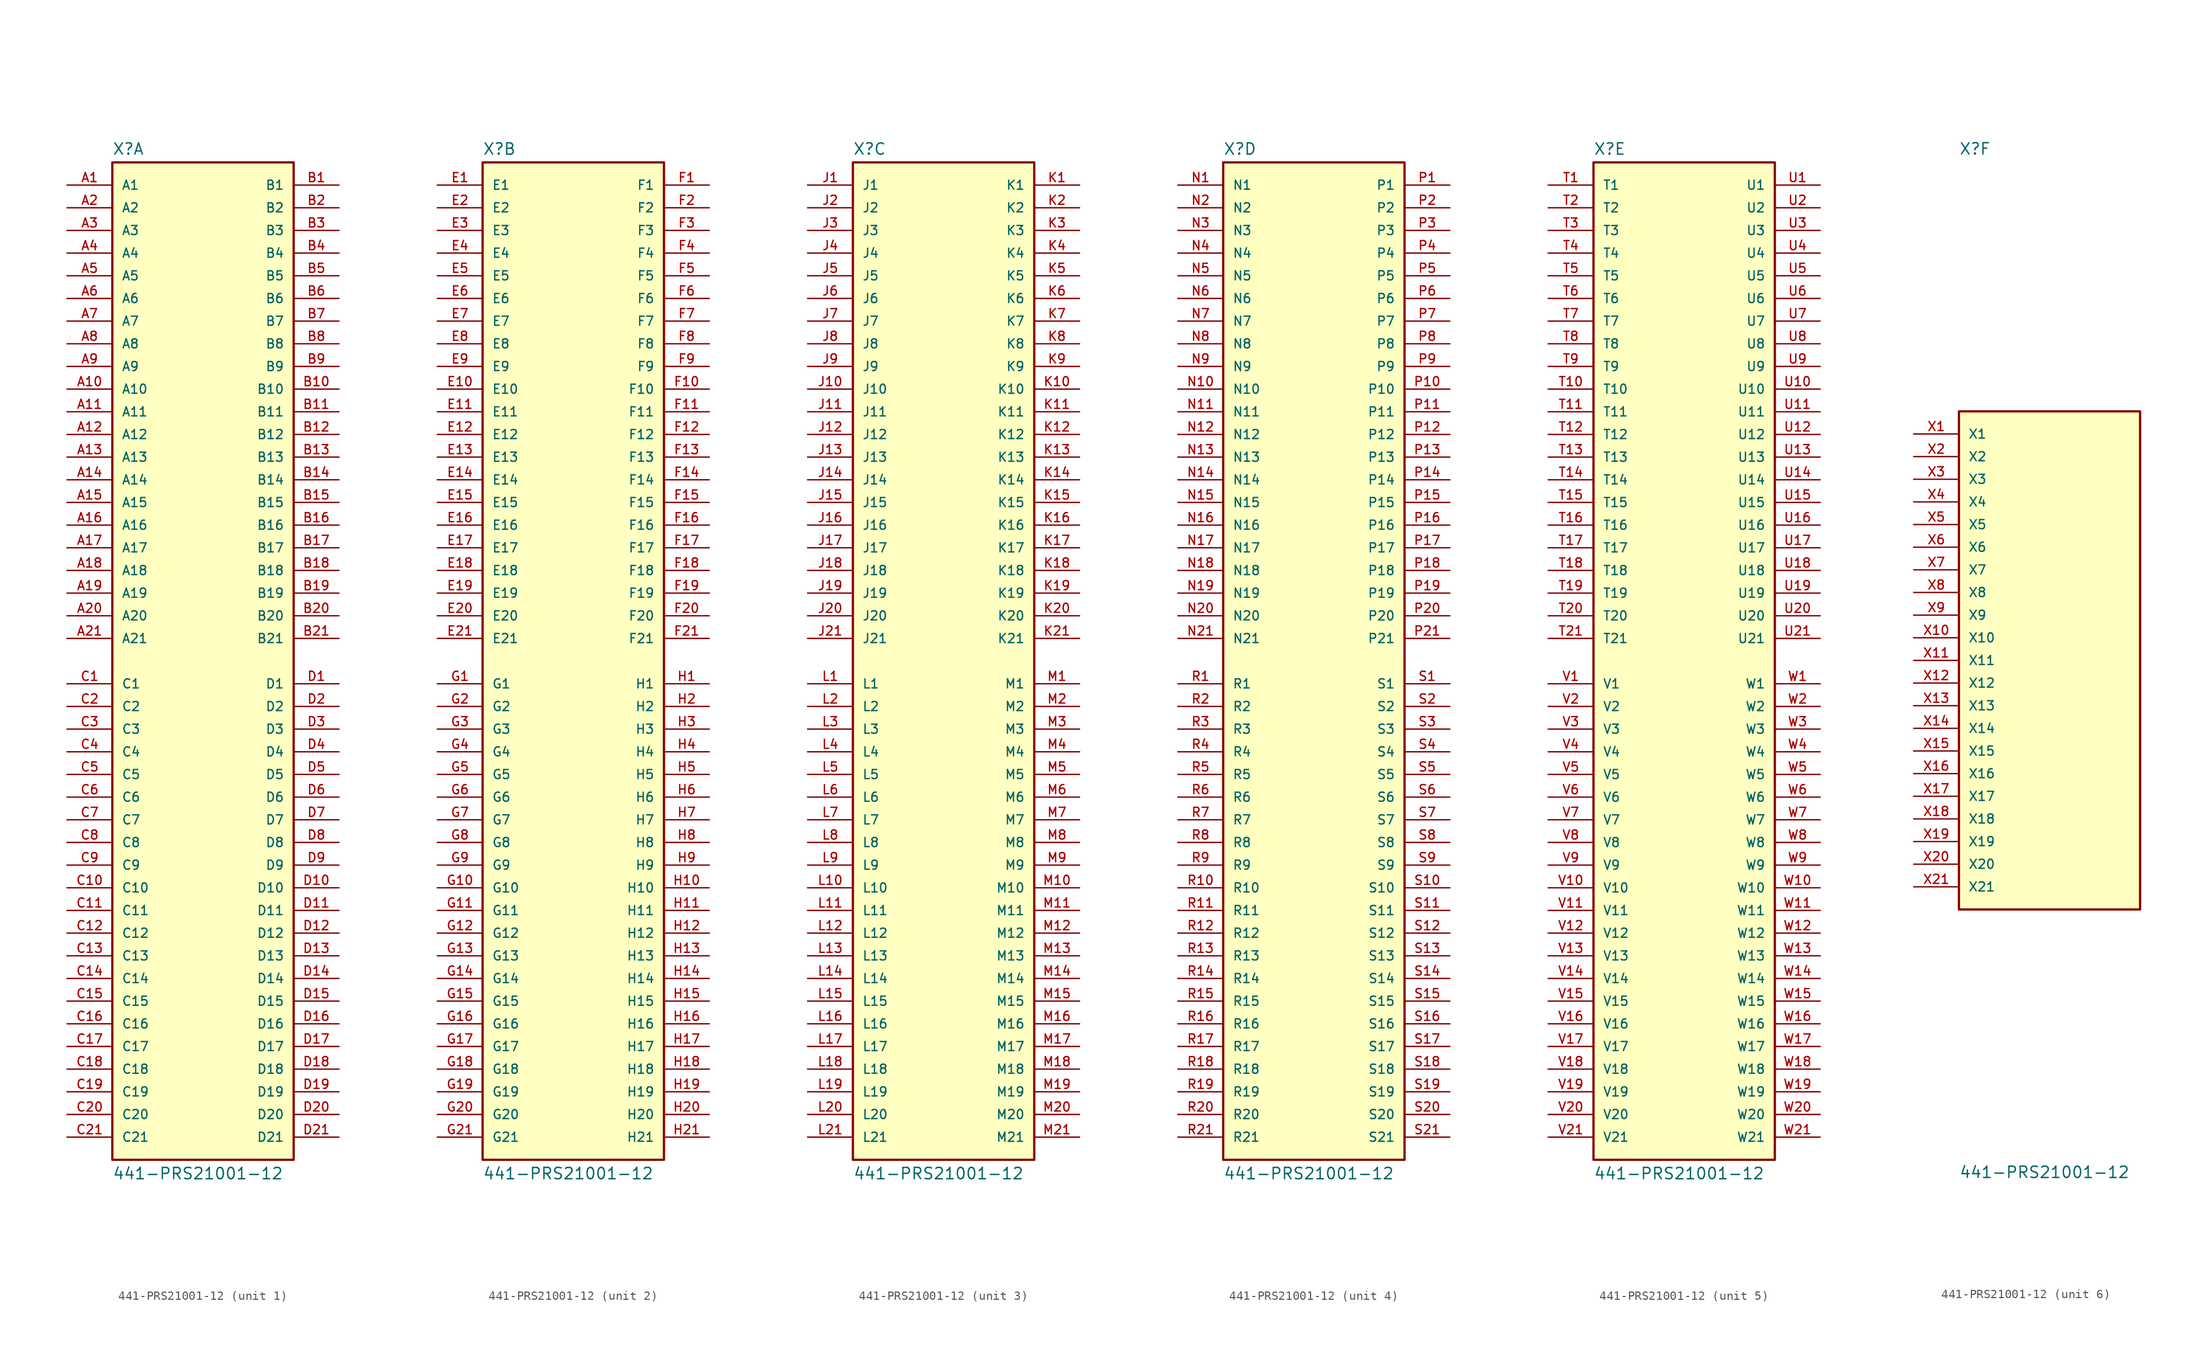
<source format=kicad_sym>
(kicad_symbol_lib
  (version 20211014)
  (generator kicad_symbol_editor)
  (symbol "441-PRS21001-12"
    (pin_names
      (offset 1.016))
    (property "Reference" "X"
      (at -10.16 56.642 0)
      (effects (font (size 1.27 1.27)) (justify bottom left)))
    (property "Value" "441-PRS21001-12"
      (at -10.16 -58.166 0)
      (effects (font (size 1.27 1.27)) (justify bottom left)))
    (symbol "441-PRS21001-12_1_0"
      (rectangle (start -10.16 -55.88) (end 10.16 55.88) (stroke (width 0.254)) (fill (type background)))
      (pin passive line (at -15.24 53.34 0) (length 5.08) (name "A1" (effects (font (size 1.016 1.016)))) (number "A1" (effects (font (size 1.016 1.016)))))
      (pin passive line (at -15.24 50.8 0) (length 5.08) (name "A2" (effects (font (size 1.016 1.016)))) (number "A2" (effects (font (size 1.016 1.016)))))
      (pin passive line (at -15.24 48.26 0) (length 5.08) (name "A3" (effects (font (size 1.016 1.016)))) (number "A3" (effects (font (size 1.016 1.016)))))
      (pin passive line (at -15.24 45.72 0) (length 5.08) (name "A4" (effects (font (size 1.016 1.016)))) (number "A4" (effects (font (size 1.016 1.016)))))
      (pin passive line (at -15.24 43.18 0) (length 5.08) (name "A5" (effects (font (size 1.016 1.016)))) (number "A5" (effects (font (size 1.016 1.016)))))
      (pin passive line (at -15.24 40.64 0) (length 5.08) (name "A6" (effects (font (size 1.016 1.016)))) (number "A6" (effects (font (size 1.016 1.016)))))
      (pin passive line (at -15.24 38.1 0) (length 5.08) (name "A7" (effects (font (size 1.016 1.016)))) (number "A7" (effects (font (size 1.016 1.016)))))
      (pin passive line (at -15.24 35.56 0) (length 5.08) (name "A8" (effects (font (size 1.016 1.016)))) (number "A8" (effects (font (size 1.016 1.016)))))
      (pin passive line (at -15.24 33.02 0) (length 5.08) (name "A9" (effects (font (size 1.016 1.016)))) (number "A9" (effects (font (size 1.016 1.016)))))
      (pin passive line (at -15.24 30.48 0) (length 5.08) (name "A10" (effects (font (size 1.016 1.016)))) (number "A10" (effects (font (size 1.016 1.016)))))
      (pin passive line (at -15.24 27.94 0) (length 5.08) (name "A11" (effects (font (size 1.016 1.016)))) (number "A11" (effects (font (size 1.016 1.016)))))
      (pin passive line (at -15.24 25.4 0) (length 5.08) (name "A12" (effects (font (size 1.016 1.016)))) (number "A12" (effects (font (size 1.016 1.016)))))
      (pin passive line (at -15.24 22.86 0) (length 5.08) (name "A13" (effects (font (size 1.016 1.016)))) (number "A13" (effects (font (size 1.016 1.016)))))
      (pin passive line (at -15.24 20.32 0) (length 5.08) (name "A14" (effects (font (size 1.016 1.016)))) (number "A14" (effects (font (size 1.016 1.016)))))
      (pin passive line (at -15.24 17.78 0) (length 5.08) (name "A15" (effects (font (size 1.016 1.016)))) (number "A15" (effects (font (size 1.016 1.016)))))
      (pin passive line (at -15.24 15.24 0) (length 5.08) (name "A16" (effects (font (size 1.016 1.016)))) (number "A16" (effects (font (size 1.016 1.016)))))
      (pin passive line (at -15.24 12.7 0) (length 5.08) (name "A17" (effects (font (size 1.016 1.016)))) (number "A17" (effects (font (size 1.016 1.016)))))
      (pin passive line (at -15.24 10.16 0) (length 5.08) (name "A18" (effects (font (size 1.016 1.016)))) (number "A18" (effects (font (size 1.016 1.016)))))
      (pin passive line (at -15.24 7.62 0) (length 5.08) (name "A19" (effects (font (size 1.016 1.016)))) (number "A19" (effects (font (size 1.016 1.016)))))
      (pin passive line (at -15.24 5.08 0) (length 5.08) (name "A20" (effects (font (size 1.016 1.016)))) (number "A20" (effects (font (size 1.016 1.016)))))
      (pin passive line (at -15.24 2.54 0) (length 5.08) (name "A21" (effects (font (size 1.016 1.016)))) (number "A21" (effects (font (size 1.016 1.016)))))
      (pin passive line (at 15.24 53.34 180.0) (length 5.08) (name "B1" (effects (font (size 1.016 1.016)))) (number "B1" (effects (font (size 1.016 1.016)))))
      (pin passive line (at 15.24 50.8 180.0) (length 5.08) (name "B2" (effects (font (size 1.016 1.016)))) (number "B2" (effects (font (size 1.016 1.016)))))
      (pin passive line (at 15.24 48.26 180.0) (length 5.08) (name "B3" (effects (font (size 1.016 1.016)))) (number "B3" (effects (font (size 1.016 1.016)))))
      (pin passive line (at 15.24 45.72 180.0) (length 5.08) (name "B4" (effects (font (size 1.016 1.016)))) (number "B4" (effects (font (size 1.016 1.016)))))
      (pin passive line (at 15.24 43.18 180.0) (length 5.08) (name "B5" (effects (font (size 1.016 1.016)))) (number "B5" (effects (font (size 1.016 1.016)))))
      (pin passive line (at 15.24 40.64 180.0) (length 5.08) (name "B6" (effects (font (size 1.016 1.016)))) (number "B6" (effects (font (size 1.016 1.016)))))
      (pin passive line (at 15.24 38.1 180.0) (length 5.08) (name "B7" (effects (font (size 1.016 1.016)))) (number "B7" (effects (font (size 1.016 1.016)))))
      (pin passive line (at 15.24 35.56 180.0) (length 5.08) (name "B8" (effects (font (size 1.016 1.016)))) (number "B8" (effects (font (size 1.016 1.016)))))
      (pin passive line (at 15.24 33.02 180.0) (length 5.08) (name "B9" (effects (font (size 1.016 1.016)))) (number "B9" (effects (font (size 1.016 1.016)))))
      (pin passive line (at 15.24 30.48 180.0) (length 5.08) (name "B10" (effects (font (size 1.016 1.016)))) (number "B10" (effects (font (size 1.016 1.016)))))
      (pin passive line (at 15.24 27.94 180.0) (length 5.08) (name "B11" (effects (font (size 1.016 1.016)))) (number "B11" (effects (font (size 1.016 1.016)))))
      (pin passive line (at 15.24 25.4 180.0) (length 5.08) (name "B12" (effects (font (size 1.016 1.016)))) (number "B12" (effects (font (size 1.016 1.016)))))
      (pin passive line (at 15.24 22.86 180.0) (length 5.08) (name "B13" (effects (font (size 1.016 1.016)))) (number "B13" (effects (font (size 1.016 1.016)))))
      (pin passive line (at 15.24 20.32 180.0) (length 5.08) (name "B14" (effects (font (size 1.016 1.016)))) (number "B14" (effects (font (size 1.016 1.016)))))
      (pin passive line (at 15.24 17.78 180.0) (length 5.08) (name "B15" (effects (font (size 1.016 1.016)))) (number "B15" (effects (font (size 1.016 1.016)))))
      (pin passive line (at 15.24 15.24 180.0) (length 5.08) (name "B16" (effects (font (size 1.016 1.016)))) (number "B16" (effects (font (size 1.016 1.016)))))
      (pin passive line (at 15.24 12.7 180.0) (length 5.08) (name "B17" (effects (font (size 1.016 1.016)))) (number "B17" (effects (font (size 1.016 1.016)))))
      (pin passive line (at 15.24 10.16 180.0) (length 5.08) (name "B18" (effects (font (size 1.016 1.016)))) (number "B18" (effects (font (size 1.016 1.016)))))
      (pin passive line (at 15.24 7.62 180.0) (length 5.08) (name "B19" (effects (font (size 1.016 1.016)))) (number "B19" (effects (font (size 1.016 1.016)))))
      (pin passive line (at 15.24 5.08 180.0) (length 5.08) (name "B20" (effects (font (size 1.016 1.016)))) (number "B20" (effects (font (size 1.016 1.016)))))
      (pin passive line (at 15.24 2.54 180.0) (length 5.08) (name "B21" (effects (font (size 1.016 1.016)))) (number "B21" (effects (font (size 1.016 1.016)))))
      (pin passive line (at -15.24 -2.54 0) (length 5.08) (name "C1" (effects (font (size 1.016 1.016)))) (number "C1" (effects (font (size 1.016 1.016)))))
      (pin passive line (at -15.24 -5.08 0) (length 5.08) (name "C2" (effects (font (size 1.016 1.016)))) (number "C2" (effects (font (size 1.016 1.016)))))
      (pin passive line (at -15.24 -7.62 0) (length 5.08) (name "C3" (effects (font (size 1.016 1.016)))) (number "C3" (effects (font (size 1.016 1.016)))))
      (pin passive line (at -15.24 -10.16 0) (length 5.08) (name "C4" (effects (font (size 1.016 1.016)))) (number "C4" (effects (font (size 1.016 1.016)))))
      (pin passive line (at -15.24 -12.7 0) (length 5.08) (name "C5" (effects (font (size 1.016 1.016)))) (number "C5" (effects (font (size 1.016 1.016)))))
      (pin passive line (at -15.24 -15.24 0) (length 5.08) (name "C6" (effects (font (size 1.016 1.016)))) (number "C6" (effects (font (size 1.016 1.016)))))
      (pin passive line (at -15.24 -17.78 0) (length 5.08) (name "C7" (effects (font (size 1.016 1.016)))) (number "C7" (effects (font (size 1.016 1.016)))))
      (pin passive line (at -15.24 -20.32 0) (length 5.08) (name "C8" (effects (font (size 1.016 1.016)))) (number "C8" (effects (font (size 1.016 1.016)))))
      (pin passive line (at -15.24 -22.86 0) (length 5.08) (name "C9" (effects (font (size 1.016 1.016)))) (number "C9" (effects (font (size 1.016 1.016)))))
      (pin passive line (at -15.24 -25.4 0) (length 5.08) (name "C10" (effects (font (size 1.016 1.016)))) (number "C10" (effects (font (size 1.016 1.016)))))
      (pin passive line (at -15.24 -27.94 0) (length 5.08) (name "C11" (effects (font (size 1.016 1.016)))) (number "C11" (effects (font (size 1.016 1.016)))))
      (pin passive line (at -15.24 -30.48 0) (length 5.08) (name "C12" (effects (font (size 1.016 1.016)))) (number "C12" (effects (font (size 1.016 1.016)))))
      (pin passive line (at -15.24 -33.02 0) (length 5.08) (name "C13" (effects (font (size 1.016 1.016)))) (number "C13" (effects (font (size 1.016 1.016)))))
      (pin passive line (at -15.24 -35.56 0) (length 5.08) (name "C14" (effects (font (size 1.016 1.016)))) (number "C14" (effects (font (size 1.016 1.016)))))
      (pin passive line (at -15.24 -38.1 0) (length 5.08) (name "C15" (effects (font (size 1.016 1.016)))) (number "C15" (effects (font (size 1.016 1.016)))))
      (pin passive line (at -15.24 -40.64 0) (length 5.08) (name "C16" (effects (font (size 1.016 1.016)))) (number "C16" (effects (font (size 1.016 1.016)))))
      (pin passive line (at -15.24 -43.18 0) (length 5.08) (name "C17" (effects (font (size 1.016 1.016)))) (number "C17" (effects (font (size 1.016 1.016)))))
      (pin passive line (at -15.24 -45.72 0) (length 5.08) (name "C18" (effects (font (size 1.016 1.016)))) (number "C18" (effects (font (size 1.016 1.016)))))
      (pin passive line (at -15.24 -48.26 0) (length 5.08) (name "C19" (effects (font (size 1.016 1.016)))) (number "C19" (effects (font (size 1.016 1.016)))))
      (pin passive line (at -15.24 -50.8 0) (length 5.08) (name "C20" (effects (font (size 1.016 1.016)))) (number "C20" (effects (font (size 1.016 1.016)))))
      (pin passive line (at -15.24 -53.34 0) (length 5.08) (name "C21" (effects (font (size 1.016 1.016)))) (number "C21" (effects (font (size 1.016 1.016)))))
      (pin passive line (at 15.24 -2.54 180.0) (length 5.08) (name "D1" (effects (font (size 1.016 1.016)))) (number "D1" (effects (font (size 1.016 1.016)))))
      (pin passive line (at 15.24 -5.08 180.0) (length 5.08) (name "D2" (effects (font (size 1.016 1.016)))) (number "D2" (effects (font (size 1.016 1.016)))))
      (pin passive line (at 15.24 -7.62 180.0) (length 5.08) (name "D3" (effects (font (size 1.016 1.016)))) (number "D3" (effects (font (size 1.016 1.016)))))
      (pin passive line (at 15.24 -10.16 180.0) (length 5.08) (name "D4" (effects (font (size 1.016 1.016)))) (number "D4" (effects (font (size 1.016 1.016)))))
      (pin passive line (at 15.24 -12.7 180.0) (length 5.08) (name "D5" (effects (font (size 1.016 1.016)))) (number "D5" (effects (font (size 1.016 1.016)))))
      (pin passive line (at 15.24 -15.24 180.0) (length 5.08) (name "D6" (effects (font (size 1.016 1.016)))) (number "D6" (effects (font (size 1.016 1.016)))))
      (pin passive line (at 15.24 -17.78 180.0) (length 5.08) (name "D7" (effects (font (size 1.016 1.016)))) (number "D7" (effects (font (size 1.016 1.016)))))
      (pin passive line (at 15.24 -20.32 180.0) (length 5.08) (name "D8" (effects (font (size 1.016 1.016)))) (number "D8" (effects (font (size 1.016 1.016)))))
      (pin passive line (at 15.24 -22.86 180.0) (length 5.08) (name "D9" (effects (font (size 1.016 1.016)))) (number "D9" (effects (font (size 1.016 1.016)))))
      (pin passive line (at 15.24 -25.4 180.0) (length 5.08) (name "D10" (effects (font (size 1.016 1.016)))) (number "D10" (effects (font (size 1.016 1.016)))))
      (pin passive line (at 15.24 -27.94 180.0) (length 5.08) (name "D11" (effects (font (size 1.016 1.016)))) (number "D11" (effects (font (size 1.016 1.016)))))
      (pin passive line (at 15.24 -30.48 180.0) (length 5.08) (name "D12" (effects (font (size 1.016 1.016)))) (number "D12" (effects (font (size 1.016 1.016)))))
      (pin passive line (at 15.24 -33.02 180.0) (length 5.08) (name "D13" (effects (font (size 1.016 1.016)))) (number "D13" (effects (font (size 1.016 1.016)))))
      (pin passive line (at 15.24 -35.56 180.0) (length 5.08) (name "D14" (effects (font (size 1.016 1.016)))) (number "D14" (effects (font (size 1.016 1.016)))))
      (pin passive line (at 15.24 -38.1 180.0) (length 5.08) (name "D15" (effects (font (size 1.016 1.016)))) (number "D15" (effects (font (size 1.016 1.016)))))
      (pin passive line (at 15.24 -40.64 180.0) (length 5.08) (name "D16" (effects (font (size 1.016 1.016)))) (number "D16" (effects (font (size 1.016 1.016)))))
      (pin passive line (at 15.24 -43.18 180.0) (length 5.08) (name "D17" (effects (font (size 1.016 1.016)))) (number "D17" (effects (font (size 1.016 1.016)))))
      (pin passive line (at 15.24 -45.72 180.0) (length 5.08) (name "D18" (effects (font (size 1.016 1.016)))) (number "D18" (effects (font (size 1.016 1.016)))))
      (pin passive line (at 15.24 -48.26 180.0) (length 5.08) (name "D19" (effects (font (size 1.016 1.016)))) (number "D19" (effects (font (size 1.016 1.016)))))
      (pin passive line (at 15.24 -50.8 180.0) (length 5.08) (name "D20" (effects (font (size 1.016 1.016)))) (number "D20" (effects (font (size 1.016 1.016)))))
      (pin passive line (at 15.24 -53.34 180.0) (length 5.08) (name "D21" (effects (font (size 1.016 1.016)))) (number "D21" (effects (font (size 1.016 1.016))))))
    (symbol "441-PRS21001-12_2_0"
      (rectangle (start -10.16 -55.88) (end 10.16 55.88) (stroke (width 0.254)) (fill (type background)))
      (pin passive line (at -15.24 53.34 0) (length 5.08) (name "E1" (effects (font (size 1.016 1.016)))) (number "E1" (effects (font (size 1.016 1.016)))))
      (pin passive line (at 15.24 53.34 180.0) (length 5.08) (name "F1" (effects (font (size 1.016 1.016)))) (number "F1" (effects (font (size 1.016 1.016)))))
      (pin passive line (at -15.24 -2.54 0) (length 5.08) (name "G1" (effects (font (size 1.016 1.016)))) (number "G1" (effects (font (size 1.016 1.016)))))
      (pin passive line (at 15.24 -2.54 180.0) (length 5.08) (name "H1" (effects (font (size 1.016 1.016)))) (number "H1" (effects (font (size 1.016 1.016)))))
      (pin passive line (at -15.24 50.8 0) (length 5.08) (name "E2" (effects (font (size 1.016 1.016)))) (number "E2" (effects (font (size 1.016 1.016)))))
      (pin passive line (at -15.24 48.26 0) (length 5.08) (name "E3" (effects (font (size 1.016 1.016)))) (number "E3" (effects (font (size 1.016 1.016)))))
      (pin passive line (at -15.24 45.72 0) (length 5.08) (name "E4" (effects (font (size 1.016 1.016)))) (number "E4" (effects (font (size 1.016 1.016)))))
      (pin passive line (at -15.24 43.18 0) (length 5.08) (name "E5" (effects (font (size 1.016 1.016)))) (number "E5" (effects (font (size 1.016 1.016)))))
      (pin passive line (at -15.24 40.64 0) (length 5.08) (name "E6" (effects (font (size 1.016 1.016)))) (number "E6" (effects (font (size 1.016 1.016)))))
      (pin passive line (at -15.24 38.1 0) (length 5.08) (name "E7" (effects (font (size 1.016 1.016)))) (number "E7" (effects (font (size 1.016 1.016)))))
      (pin passive line (at -15.24 35.56 0) (length 5.08) (name "E8" (effects (font (size 1.016 1.016)))) (number "E8" (effects (font (size 1.016 1.016)))))
      (pin passive line (at -15.24 33.02 0) (length 5.08) (name "E9" (effects (font (size 1.016 1.016)))) (number "E9" (effects (font (size 1.016 1.016)))))
      (pin passive line (at -15.24 30.48 0) (length 5.08) (name "E10" (effects (font (size 1.016 1.016)))) (number "E10" (effects (font (size 1.016 1.016)))))
      (pin passive line (at -15.24 27.94 0) (length 5.08) (name "E11" (effects (font (size 1.016 1.016)))) (number "E11" (effects (font (size 1.016 1.016)))))
      (pin passive line (at -15.24 25.4 0) (length 5.08) (name "E12" (effects (font (size 1.016 1.016)))) (number "E12" (effects (font (size 1.016 1.016)))))
      (pin passive line (at -15.24 22.86 0) (length 5.08) (name "E13" (effects (font (size 1.016 1.016)))) (number "E13" (effects (font (size 1.016 1.016)))))
      (pin passive line (at -15.24 20.32 0) (length 5.08) (name "E14" (effects (font (size 1.016 1.016)))) (number "E14" (effects (font (size 1.016 1.016)))))
      (pin passive line (at -15.24 17.78 0) (length 5.08) (name "E15" (effects (font (size 1.016 1.016)))) (number "E15" (effects (font (size 1.016 1.016)))))
      (pin passive line (at -15.24 15.24 0) (length 5.08) (name "E16" (effects (font (size 1.016 1.016)))) (number "E16" (effects (font (size 1.016 1.016)))))
      (pin passive line (at -15.24 12.7 0) (length 5.08) (name "E17" (effects (font (size 1.016 1.016)))) (number "E17" (effects (font (size 1.016 1.016)))))
      (pin passive line (at -15.24 10.16 0) (length 5.08) (name "E18" (effects (font (size 1.016 1.016)))) (number "E18" (effects (font (size 1.016 1.016)))))
      (pin passive line (at -15.24 7.62 0) (length 5.08) (name "E19" (effects (font (size 1.016 1.016)))) (number "E19" (effects (font (size 1.016 1.016)))))
      (pin passive line (at -15.24 5.08 0) (length 5.08) (name "E20" (effects (font (size 1.016 1.016)))) (number "E20" (effects (font (size 1.016 1.016)))))
      (pin passive line (at -15.24 2.54 0) (length 5.08) (name "E21" (effects (font (size 1.016 1.016)))) (number "E21" (effects (font (size 1.016 1.016)))))
      (pin passive line (at 15.24 50.8 180.0) (length 5.08) (name "F2" (effects (font (size 1.016 1.016)))) (number "F2" (effects (font (size 1.016 1.016)))))
      (pin passive line (at 15.24 48.26 180.0) (length 5.08) (name "F3" (effects (font (size 1.016 1.016)))) (number "F3" (effects (font (size 1.016 1.016)))))
      (pin passive line (at 15.24 45.72 180.0) (length 5.08) (name "F4" (effects (font (size 1.016 1.016)))) (number "F4" (effects (font (size 1.016 1.016)))))
      (pin passive line (at 15.24 43.18 180.0) (length 5.08) (name "F5" (effects (font (size 1.016 1.016)))) (number "F5" (effects (font (size 1.016 1.016)))))
      (pin passive line (at 15.24 40.64 180.0) (length 5.08) (name "F6" (effects (font (size 1.016 1.016)))) (number "F6" (effects (font (size 1.016 1.016)))))
      (pin passive line (at 15.24 38.1 180.0) (length 5.08) (name "F7" (effects (font (size 1.016 1.016)))) (number "F7" (effects (font (size 1.016 1.016)))))
      (pin passive line (at 15.24 35.56 180.0) (length 5.08) (name "F8" (effects (font (size 1.016 1.016)))) (number "F8" (effects (font (size 1.016 1.016)))))
      (pin passive line (at 15.24 33.02 180.0) (length 5.08) (name "F9" (effects (font (size 1.016 1.016)))) (number "F9" (effects (font (size 1.016 1.016)))))
      (pin passive line (at 15.24 30.48 180.0) (length 5.08) (name "F10" (effects (font (size 1.016 1.016)))) (number "F10" (effects (font (size 1.016 1.016)))))
      (pin passive line (at 15.24 27.94 180.0) (length 5.08) (name "F11" (effects (font (size 1.016 1.016)))) (number "F11" (effects (font (size 1.016 1.016)))))
      (pin passive line (at 15.24 25.4 180.0) (length 5.08) (name "F12" (effects (font (size 1.016 1.016)))) (number "F12" (effects (font (size 1.016 1.016)))))
      (pin passive line (at 15.24 22.86 180.0) (length 5.08) (name "F13" (effects (font (size 1.016 1.016)))) (number "F13" (effects (font (size 1.016 1.016)))))
      (pin passive line (at 15.24 20.32 180.0) (length 5.08) (name "F14" (effects (font (size 1.016 1.016)))) (number "F14" (effects (font (size 1.016 1.016)))))
      (pin passive line (at 15.24 17.78 180.0) (length 5.08) (name "F15" (effects (font (size 1.016 1.016)))) (number "F15" (effects (font (size 1.016 1.016)))))
      (pin passive line (at 15.24 15.24 180.0) (length 5.08) (name "F16" (effects (font (size 1.016 1.016)))) (number "F16" (effects (font (size 1.016 1.016)))))
      (pin passive line (at 15.24 12.7 180.0) (length 5.08) (name "F17" (effects (font (size 1.016 1.016)))) (number "F17" (effects (font (size 1.016 1.016)))))
      (pin passive line (at 15.24 10.16 180.0) (length 5.08) (name "F18" (effects (font (size 1.016 1.016)))) (number "F18" (effects (font (size 1.016 1.016)))))
      (pin passive line (at 15.24 7.62 180.0) (length 5.08) (name "F19" (effects (font (size 1.016 1.016)))) (number "F19" (effects (font (size 1.016 1.016)))))
      (pin passive line (at 15.24 5.08 180.0) (length 5.08) (name "F20" (effects (font (size 1.016 1.016)))) (number "F20" (effects (font (size 1.016 1.016)))))
      (pin passive line (at 15.24 2.54 180.0) (length 5.08) (name "F21" (effects (font (size 1.016 1.016)))) (number "F21" (effects (font (size 1.016 1.016)))))
      (pin passive line (at -15.24 -5.08 0) (length 5.08) (name "G2" (effects (font (size 1.016 1.016)))) (number "G2" (effects (font (size 1.016 1.016)))))
      (pin passive line (at -15.24 -7.62 0) (length 5.08) (name "G3" (effects (font (size 1.016 1.016)))) (number "G3" (effects (font (size 1.016 1.016)))))
      (pin passive line (at -15.24 -10.16 0) (length 5.08) (name "G4" (effects (font (size 1.016 1.016)))) (number "G4" (effects (font (size 1.016 1.016)))))
      (pin passive line (at -15.24 -12.7 0) (length 5.08) (name "G5" (effects (font (size 1.016 1.016)))) (number "G5" (effects (font (size 1.016 1.016)))))
      (pin passive line (at -15.24 -15.24 0) (length 5.08) (name "G6" (effects (font (size 1.016 1.016)))) (number "G6" (effects (font (size 1.016 1.016)))))
      (pin passive line (at -15.24 -17.78 0) (length 5.08) (name "G7" (effects (font (size 1.016 1.016)))) (number "G7" (effects (font (size 1.016 1.016)))))
      (pin passive line (at -15.24 -20.32 0) (length 5.08) (name "G8" (effects (font (size 1.016 1.016)))) (number "G8" (effects (font (size 1.016 1.016)))))
      (pin passive line (at -15.24 -22.86 0) (length 5.08) (name "G9" (effects (font (size 1.016 1.016)))) (number "G9" (effects (font (size 1.016 1.016)))))
      (pin passive line (at -15.24 -25.4 0) (length 5.08) (name "G10" (effects (font (size 1.016 1.016)))) (number "G10" (effects (font (size 1.016 1.016)))))
      (pin passive line (at -15.24 -27.94 0) (length 5.08) (name "G11" (effects (font (size 1.016 1.016)))) (number "G11" (effects (font (size 1.016 1.016)))))
      (pin passive line (at -15.24 -30.48 0) (length 5.08) (name "G12" (effects (font (size 1.016 1.016)))) (number "G12" (effects (font (size 1.016 1.016)))))
      (pin passive line (at -15.24 -33.02 0) (length 5.08) (name "G13" (effects (font (size 1.016 1.016)))) (number "G13" (effects (font (size 1.016 1.016)))))
      (pin passive line (at -15.24 -35.56 0) (length 5.08) (name "G14" (effects (font (size 1.016 1.016)))) (number "G14" (effects (font (size 1.016 1.016)))))
      (pin passive line (at -15.24 -38.1 0) (length 5.08) (name "G15" (effects (font (size 1.016 1.016)))) (number "G15" (effects (font (size 1.016 1.016)))))
      (pin passive line (at -15.24 -40.64 0) (length 5.08) (name "G16" (effects (font (size 1.016 1.016)))) (number "G16" (effects (font (size 1.016 1.016)))))
      (pin passive line (at -15.24 -43.18 0) (length 5.08) (name "G17" (effects (font (size 1.016 1.016)))) (number "G17" (effects (font (size 1.016 1.016)))))
      (pin passive line (at -15.24 -45.72 0) (length 5.08) (name "G18" (effects (font (size 1.016 1.016)))) (number "G18" (effects (font (size 1.016 1.016)))))
      (pin passive line (at -15.24 -48.26 0) (length 5.08) (name "G19" (effects (font (size 1.016 1.016)))) (number "G19" (effects (font (size 1.016 1.016)))))
      (pin passive line (at -15.24 -50.8 0) (length 5.08) (name "G20" (effects (font (size 1.016 1.016)))) (number "G20" (effects (font (size 1.016 1.016)))))
      (pin passive line (at -15.24 -53.34 0) (length 5.08) (name "G21" (effects (font (size 1.016 1.016)))) (number "G21" (effects (font (size 1.016 1.016)))))
      (pin passive line (at 15.24 -5.08 180.0) (length 5.08) (name "H2" (effects (font (size 1.016 1.016)))) (number "H2" (effects (font (size 1.016 1.016)))))
      (pin passive line (at 15.24 -7.62 180.0) (length 5.08) (name "H3" (effects (font (size 1.016 1.016)))) (number "H3" (effects (font (size 1.016 1.016)))))
      (pin passive line (at 15.24 -10.16 180.0) (length 5.08) (name "H4" (effects (font (size 1.016 1.016)))) (number "H4" (effects (font (size 1.016 1.016)))))
      (pin passive line (at 15.24 -12.7 180.0) (length 5.08) (name "H5" (effects (font (size 1.016 1.016)))) (number "H5" (effects (font (size 1.016 1.016)))))
      (pin passive line (at 15.24 -15.24 180.0) (length 5.08) (name "H6" (effects (font (size 1.016 1.016)))) (number "H6" (effects (font (size 1.016 1.016)))))
      (pin passive line (at 15.24 -17.78 180.0) (length 5.08) (name "H7" (effects (font (size 1.016 1.016)))) (number "H7" (effects (font (size 1.016 1.016)))))
      (pin passive line (at 15.24 -20.32 180.0) (length 5.08) (name "H8" (effects (font (size 1.016 1.016)))) (number "H8" (effects (font (size 1.016 1.016)))))
      (pin passive line (at 15.24 -22.86 180.0) (length 5.08) (name "H9" (effects (font (size 1.016 1.016)))) (number "H9" (effects (font (size 1.016 1.016)))))
      (pin passive line (at 15.24 -25.4 180.0) (length 5.08) (name "H10" (effects (font (size 1.016 1.016)))) (number "H10" (effects (font (size 1.016 1.016)))))
      (pin passive line (at 15.24 -27.94 180.0) (length 5.08) (name "H11" (effects (font (size 1.016 1.016)))) (number "H11" (effects (font (size 1.016 1.016)))))
      (pin passive line (at 15.24 -30.48 180.0) (length 5.08) (name "H12" (effects (font (size 1.016 1.016)))) (number "H12" (effects (font (size 1.016 1.016)))))
      (pin passive line (at 15.24 -33.02 180.0) (length 5.08) (name "H13" (effects (font (size 1.016 1.016)))) (number "H13" (effects (font (size 1.016 1.016)))))
      (pin passive line (at 15.24 -35.56 180.0) (length 5.08) (name "H14" (effects (font (size 1.016 1.016)))) (number "H14" (effects (font (size 1.016 1.016)))))
      (pin passive line (at 15.24 -38.1 180.0) (length 5.08) (name "H15" (effects (font (size 1.016 1.016)))) (number "H15" (effects (font (size 1.016 1.016)))))
      (pin passive line (at 15.24 -40.64 180.0) (length 5.08) (name "H16" (effects (font (size 1.016 1.016)))) (number "H16" (effects (font (size 1.016 1.016)))))
      (pin passive line (at 15.24 -43.18 180.0) (length 5.08) (name "H17" (effects (font (size 1.016 1.016)))) (number "H17" (effects (font (size 1.016 1.016)))))
      (pin passive line (at 15.24 -45.72 180.0) (length 5.08) (name "H18" (effects (font (size 1.016 1.016)))) (number "H18" (effects (font (size 1.016 1.016)))))
      (pin passive line (at 15.24 -48.26 180.0) (length 5.08) (name "H19" (effects (font (size 1.016 1.016)))) (number "H19" (effects (font (size 1.016 1.016)))))
      (pin passive line (at 15.24 -50.8 180.0) (length 5.08) (name "H20" (effects (font (size 1.016 1.016)))) (number "H20" (effects (font (size 1.016 1.016)))))
      (pin passive line (at 15.24 -53.34 180.0) (length 5.08) (name "H21" (effects (font (size 1.016 1.016)))) (number "H21" (effects (font (size 1.016 1.016))))))
    (symbol "441-PRS21001-12_3_0"
      (rectangle (start -10.16 -55.88) (end 10.16 55.88) (stroke (width 0.254)) (fill (type background)))
      (pin passive line (at -15.24 53.34 0) (length 5.08) (name "J1" (effects (font (size 1.016 1.016)))) (number "J1" (effects (font (size 1.016 1.016)))))
      (pin passive line (at 15.24 53.34 180.0) (length 5.08) (name "K1" (effects (font (size 1.016 1.016)))) (number "K1" (effects (font (size 1.016 1.016)))))
      (pin passive line (at -15.24 -2.54 0) (length 5.08) (name "L1" (effects (font (size 1.016 1.016)))) (number "L1" (effects (font (size 1.016 1.016)))))
      (pin passive line (at 15.24 -2.54 180.0) (length 5.08) (name "M1" (effects (font (size 1.016 1.016)))) (number "M1" (effects (font (size 1.016 1.016)))))
      (pin passive line (at -15.24 50.8 0) (length 5.08) (name "J2" (effects (font (size 1.016 1.016)))) (number "J2" (effects (font (size 1.016 1.016)))))
      (pin passive line (at -15.24 48.26 0) (length 5.08) (name "J3" (effects (font (size 1.016 1.016)))) (number "J3" (effects (font (size 1.016 1.016)))))
      (pin passive line (at -15.24 45.72 0) (length 5.08) (name "J4" (effects (font (size 1.016 1.016)))) (number "J4" (effects (font (size 1.016 1.016)))))
      (pin passive line (at -15.24 43.18 0) (length 5.08) (name "J5" (effects (font (size 1.016 1.016)))) (number "J5" (effects (font (size 1.016 1.016)))))
      (pin passive line (at -15.24 40.64 0) (length 5.08) (name "J6" (effects (font (size 1.016 1.016)))) (number "J6" (effects (font (size 1.016 1.016)))))
      (pin passive line (at -15.24 38.1 0) (length 5.08) (name "J7" (effects (font (size 1.016 1.016)))) (number "J7" (effects (font (size 1.016 1.016)))))
      (pin passive line (at -15.24 35.56 0) (length 5.08) (name "J8" (effects (font (size 1.016 1.016)))) (number "J8" (effects (font (size 1.016 1.016)))))
      (pin passive line (at -15.24 33.02 0) (length 5.08) (name "J9" (effects (font (size 1.016 1.016)))) (number "J9" (effects (font (size 1.016 1.016)))))
      (pin passive line (at -15.24 30.48 0) (length 5.08) (name "J10" (effects (font (size 1.016 1.016)))) (number "J10" (effects (font (size 1.016 1.016)))))
      (pin passive line (at -15.24 27.94 0) (length 5.08) (name "J11" (effects (font (size 1.016 1.016)))) (number "J11" (effects (font (size 1.016 1.016)))))
      (pin passive line (at -15.24 25.4 0) (length 5.08) (name "J12" (effects (font (size 1.016 1.016)))) (number "J12" (effects (font (size 1.016 1.016)))))
      (pin passive line (at -15.24 22.86 0) (length 5.08) (name "J13" (effects (font (size 1.016 1.016)))) (number "J13" (effects (font (size 1.016 1.016)))))
      (pin passive line (at -15.24 20.32 0) (length 5.08) (name "J14" (effects (font (size 1.016 1.016)))) (number "J14" (effects (font (size 1.016 1.016)))))
      (pin passive line (at -15.24 17.78 0) (length 5.08) (name "J15" (effects (font (size 1.016 1.016)))) (number "J15" (effects (font (size 1.016 1.016)))))
      (pin passive line (at -15.24 15.24 0) (length 5.08) (name "J16" (effects (font (size 1.016 1.016)))) (number "J16" (effects (font (size 1.016 1.016)))))
      (pin passive line (at -15.24 12.7 0) (length 5.08) (name "J17" (effects (font (size 1.016 1.016)))) (number "J17" (effects (font (size 1.016 1.016)))))
      (pin passive line (at -15.24 10.16 0) (length 5.08) (name "J18" (effects (font (size 1.016 1.016)))) (number "J18" (effects (font (size 1.016 1.016)))))
      (pin passive line (at -15.24 7.62 0) (length 5.08) (name "J19" (effects (font (size 1.016 1.016)))) (number "J19" (effects (font (size 1.016 1.016)))))
      (pin passive line (at -15.24 5.08 0) (length 5.08) (name "J20" (effects (font (size 1.016 1.016)))) (number "J20" (effects (font (size 1.016 1.016)))))
      (pin passive line (at -15.24 2.54 0) (length 5.08) (name "J21" (effects (font (size 1.016 1.016)))) (number "J21" (effects (font (size 1.016 1.016)))))
      (pin passive line (at 15.24 50.8 180.0) (length 5.08) (name "K2" (effects (font (size 1.016 1.016)))) (number "K2" (effects (font (size 1.016 1.016)))))
      (pin passive line (at 15.24 48.26 180.0) (length 5.08) (name "K3" (effects (font (size 1.016 1.016)))) (number "K3" (effects (font (size 1.016 1.016)))))
      (pin passive line (at 15.24 45.72 180.0) (length 5.08) (name "K4" (effects (font (size 1.016 1.016)))) (number "K4" (effects (font (size 1.016 1.016)))))
      (pin passive line (at 15.24 43.18 180.0) (length 5.08) (name "K5" (effects (font (size 1.016 1.016)))) (number "K5" (effects (font (size 1.016 1.016)))))
      (pin passive line (at 15.24 40.64 180.0) (length 5.08) (name "K6" (effects (font (size 1.016 1.016)))) (number "K6" (effects (font (size 1.016 1.016)))))
      (pin passive line (at 15.24 38.1 180.0) (length 5.08) (name "K7" (effects (font (size 1.016 1.016)))) (number "K7" (effects (font (size 1.016 1.016)))))
      (pin passive line (at 15.24 35.56 180.0) (length 5.08) (name "K8" (effects (font (size 1.016 1.016)))) (number "K8" (effects (font (size 1.016 1.016)))))
      (pin passive line (at 15.24 33.02 180.0) (length 5.08) (name "K9" (effects (font (size 1.016 1.016)))) (number "K9" (effects (font (size 1.016 1.016)))))
      (pin passive line (at 15.24 30.48 180.0) (length 5.08) (name "K10" (effects (font (size 1.016 1.016)))) (number "K10" (effects (font (size 1.016 1.016)))))
      (pin passive line (at 15.24 27.94 180.0) (length 5.08) (name "K11" (effects (font (size 1.016 1.016)))) (number "K11" (effects (font (size 1.016 1.016)))))
      (pin passive line (at 15.24 25.4 180.0) (length 5.08) (name "K12" (effects (font (size 1.016 1.016)))) (number "K12" (effects (font (size 1.016 1.016)))))
      (pin passive line (at 15.24 22.86 180.0) (length 5.08) (name "K13" (effects (font (size 1.016 1.016)))) (number "K13" (effects (font (size 1.016 1.016)))))
      (pin passive line (at 15.24 20.32 180.0) (length 5.08) (name "K14" (effects (font (size 1.016 1.016)))) (number "K14" (effects (font (size 1.016 1.016)))))
      (pin passive line (at 15.24 17.78 180.0) (length 5.08) (name "K15" (effects (font (size 1.016 1.016)))) (number "K15" (effects (font (size 1.016 1.016)))))
      (pin passive line (at 15.24 15.24 180.0) (length 5.08) (name "K16" (effects (font (size 1.016 1.016)))) (number "K16" (effects (font (size 1.016 1.016)))))
      (pin passive line (at 15.24 12.7 180.0) (length 5.08) (name "K17" (effects (font (size 1.016 1.016)))) (number "K17" (effects (font (size 1.016 1.016)))))
      (pin passive line (at 15.24 10.16 180.0) (length 5.08) (name "K18" (effects (font (size 1.016 1.016)))) (number "K18" (effects (font (size 1.016 1.016)))))
      (pin passive line (at 15.24 7.62 180.0) (length 5.08) (name "K19" (effects (font (size 1.016 1.016)))) (number "K19" (effects (font (size 1.016 1.016)))))
      (pin passive line (at 15.24 5.08 180.0) (length 5.08) (name "K20" (effects (font (size 1.016 1.016)))) (number "K20" (effects (font (size 1.016 1.016)))))
      (pin passive line (at 15.24 2.54 180.0) (length 5.08) (name "K21" (effects (font (size 1.016 1.016)))) (number "K21" (effects (font (size 1.016 1.016)))))
      (pin passive line (at -15.24 -5.08 0) (length 5.08) (name "L2" (effects (font (size 1.016 1.016)))) (number "L2" (effects (font (size 1.016 1.016)))))
      (pin passive line (at -15.24 -7.62 0) (length 5.08) (name "L3" (effects (font (size 1.016 1.016)))) (number "L3" (effects (font (size 1.016 1.016)))))
      (pin passive line (at -15.24 -10.16 0) (length 5.08) (name "L4" (effects (font (size 1.016 1.016)))) (number "L4" (effects (font (size 1.016 1.016)))))
      (pin passive line (at -15.24 -12.7 0) (length 5.08) (name "L5" (effects (font (size 1.016 1.016)))) (number "L5" (effects (font (size 1.016 1.016)))))
      (pin passive line (at -15.24 -15.24 0) (length 5.08) (name "L6" (effects (font (size 1.016 1.016)))) (number "L6" (effects (font (size 1.016 1.016)))))
      (pin passive line (at -15.24 -17.78 0) (length 5.08) (name "L7" (effects (font (size 1.016 1.016)))) (number "L7" (effects (font (size 1.016 1.016)))))
      (pin passive line (at -15.24 -20.32 0) (length 5.08) (name "L8" (effects (font (size 1.016 1.016)))) (number "L8" (effects (font (size 1.016 1.016)))))
      (pin passive line (at -15.24 -22.86 0) (length 5.08) (name "L9" (effects (font (size 1.016 1.016)))) (number "L9" (effects (font (size 1.016 1.016)))))
      (pin passive line (at -15.24 -25.4 0) (length 5.08) (name "L10" (effects (font (size 1.016 1.016)))) (number "L10" (effects (font (size 1.016 1.016)))))
      (pin passive line (at -15.24 -27.94 0) (length 5.08) (name "L11" (effects (font (size 1.016 1.016)))) (number "L11" (effects (font (size 1.016 1.016)))))
      (pin passive line (at -15.24 -30.48 0) (length 5.08) (name "L12" (effects (font (size 1.016 1.016)))) (number "L12" (effects (font (size 1.016 1.016)))))
      (pin passive line (at -15.24 -33.02 0) (length 5.08) (name "L13" (effects (font (size 1.016 1.016)))) (number "L13" (effects (font (size 1.016 1.016)))))
      (pin passive line (at -15.24 -35.56 0) (length 5.08) (name "L14" (effects (font (size 1.016 1.016)))) (number "L14" (effects (font (size 1.016 1.016)))))
      (pin passive line (at -15.24 -38.1 0) (length 5.08) (name "L15" (effects (font (size 1.016 1.016)))) (number "L15" (effects (font (size 1.016 1.016)))))
      (pin passive line (at -15.24 -40.64 0) (length 5.08) (name "L16" (effects (font (size 1.016 1.016)))) (number "L16" (effects (font (size 1.016 1.016)))))
      (pin passive line (at -15.24 -43.18 0) (length 5.08) (name "L17" (effects (font (size 1.016 1.016)))) (number "L17" (effects (font (size 1.016 1.016)))))
      (pin passive line (at -15.24 -45.72 0) (length 5.08) (name "L18" (effects (font (size 1.016 1.016)))) (number "L18" (effects (font (size 1.016 1.016)))))
      (pin passive line (at -15.24 -48.26 0) (length 5.08) (name "L19" (effects (font (size 1.016 1.016)))) (number "L19" (effects (font (size 1.016 1.016)))))
      (pin passive line (at -15.24 -50.8 0) (length 5.08) (name "L20" (effects (font (size 1.016 1.016)))) (number "L20" (effects (font (size 1.016 1.016)))))
      (pin passive line (at -15.24 -53.34 0) (length 5.08) (name "L21" (effects (font (size 1.016 1.016)))) (number "L21" (effects (font (size 1.016 1.016)))))
      (pin passive line (at 15.24 -5.08 180.0) (length 5.08) (name "M2" (effects (font (size 1.016 1.016)))) (number "M2" (effects (font (size 1.016 1.016)))))
      (pin passive line (at 15.24 -7.62 180.0) (length 5.08) (name "M3" (effects (font (size 1.016 1.016)))) (number "M3" (effects (font (size 1.016 1.016)))))
      (pin passive line (at 15.24 -10.16 180.0) (length 5.08) (name "M4" (effects (font (size 1.016 1.016)))) (number "M4" (effects (font (size 1.016 1.016)))))
      (pin passive line (at 15.24 -12.7 180.0) (length 5.08) (name "M5" (effects (font (size 1.016 1.016)))) (number "M5" (effects (font (size 1.016 1.016)))))
      (pin passive line (at 15.24 -15.24 180.0) (length 5.08) (name "M6" (effects (font (size 1.016 1.016)))) (number "M6" (effects (font (size 1.016 1.016)))))
      (pin passive line (at 15.24 -17.78 180.0) (length 5.08) (name "M7" (effects (font (size 1.016 1.016)))) (number "M7" (effects (font (size 1.016 1.016)))))
      (pin passive line (at 15.24 -20.32 180.0) (length 5.08) (name "M8" (effects (font (size 1.016 1.016)))) (number "M8" (effects (font (size 1.016 1.016)))))
      (pin passive line (at 15.24 -22.86 180.0) (length 5.08) (name "M9" (effects (font (size 1.016 1.016)))) (number "M9" (effects (font (size 1.016 1.016)))))
      (pin passive line (at 15.24 -25.4 180.0) (length 5.08) (name "M10" (effects (font (size 1.016 1.016)))) (number "M10" (effects (font (size 1.016 1.016)))))
      (pin passive line (at 15.24 -27.94 180.0) (length 5.08) (name "M11" (effects (font (size 1.016 1.016)))) (number "M11" (effects (font (size 1.016 1.016)))))
      (pin passive line (at 15.24 -30.48 180.0) (length 5.08) (name "M12" (effects (font (size 1.016 1.016)))) (number "M12" (effects (font (size 1.016 1.016)))))
      (pin passive line (at 15.24 -33.02 180.0) (length 5.08) (name "M13" (effects (font (size 1.016 1.016)))) (number "M13" (effects (font (size 1.016 1.016)))))
      (pin passive line (at 15.24 -35.56 180.0) (length 5.08) (name "M14" (effects (font (size 1.016 1.016)))) (number "M14" (effects (font (size 1.016 1.016)))))
      (pin passive line (at 15.24 -38.1 180.0) (length 5.08) (name "M15" (effects (font (size 1.016 1.016)))) (number "M15" (effects (font (size 1.016 1.016)))))
      (pin passive line (at 15.24 -40.64 180.0) (length 5.08) (name "M16" (effects (font (size 1.016 1.016)))) (number "M16" (effects (font (size 1.016 1.016)))))
      (pin passive line (at 15.24 -43.18 180.0) (length 5.08) (name "M17" (effects (font (size 1.016 1.016)))) (number "M17" (effects (font (size 1.016 1.016)))))
      (pin passive line (at 15.24 -45.72 180.0) (length 5.08) (name "M18" (effects (font (size 1.016 1.016)))) (number "M18" (effects (font (size 1.016 1.016)))))
      (pin passive line (at 15.24 -48.26 180.0) (length 5.08) (name "M19" (effects (font (size 1.016 1.016)))) (number "M19" (effects (font (size 1.016 1.016)))))
      (pin passive line (at 15.24 -50.8 180.0) (length 5.08) (name "M20" (effects (font (size 1.016 1.016)))) (number "M20" (effects (font (size 1.016 1.016)))))
      (pin passive line (at 15.24 -53.34 180.0) (length 5.08) (name "M21" (effects (font (size 1.016 1.016)))) (number "M21" (effects (font (size 1.016 1.016))))))
    (symbol "441-PRS21001-12_4_0"
      (rectangle (start -10.16 -55.88) (end 10.16 55.88) (stroke (width 0.254)) (fill (type background)))
      (pin passive line (at -15.24 53.34 0) (length 5.08) (name "N1" (effects (font (size 1.016 1.016)))) (number "N1" (effects (font (size 1.016 1.016)))))
      (pin passive line (at 15.24 53.34 180.0) (length 5.08) (name "P1" (effects (font (size 1.016 1.016)))) (number "P1" (effects (font (size 1.016 1.016)))))
      (pin passive line (at -15.24 -2.54 0) (length 5.08) (name "R1" (effects (font (size 1.016 1.016)))) (number "R1" (effects (font (size 1.016 1.016)))))
      (pin passive line (at 15.24 -2.54 180.0) (length 5.08) (name "S1" (effects (font (size 1.016 1.016)))) (number "S1" (effects (font (size 1.016 1.016)))))
      (pin passive line (at -15.24 50.8 0) (length 5.08) (name "N2" (effects (font (size 1.016 1.016)))) (number "N2" (effects (font (size 1.016 1.016)))))
      (pin passive line (at -15.24 48.26 0) (length 5.08) (name "N3" (effects (font (size 1.016 1.016)))) (number "N3" (effects (font (size 1.016 1.016)))))
      (pin passive line (at -15.24 45.72 0) (length 5.08) (name "N4" (effects (font (size 1.016 1.016)))) (number "N4" (effects (font (size 1.016 1.016)))))
      (pin passive line (at -15.24 43.18 0) (length 5.08) (name "N5" (effects (font (size 1.016 1.016)))) (number "N5" (effects (font (size 1.016 1.016)))))
      (pin passive line (at -15.24 40.64 0) (length 5.08) (name "N6" (effects (font (size 1.016 1.016)))) (number "N6" (effects (font (size 1.016 1.016)))))
      (pin passive line (at -15.24 38.1 0) (length 5.08) (name "N7" (effects (font (size 1.016 1.016)))) (number "N7" (effects (font (size 1.016 1.016)))))
      (pin passive line (at -15.24 35.56 0) (length 5.08) (name "N8" (effects (font (size 1.016 1.016)))) (number "N8" (effects (font (size 1.016 1.016)))))
      (pin passive line (at -15.24 33.02 0) (length 5.08) (name "N9" (effects (font (size 1.016 1.016)))) (number "N9" (effects (font (size 1.016 1.016)))))
      (pin passive line (at -15.24 30.48 0) (length 5.08) (name "N10" (effects (font (size 1.016 1.016)))) (number "N10" (effects (font (size 1.016 1.016)))))
      (pin passive line (at -15.24 27.94 0) (length 5.08) (name "N11" (effects (font (size 1.016 1.016)))) (number "N11" (effects (font (size 1.016 1.016)))))
      (pin passive line (at -15.24 25.4 0) (length 5.08) (name "N12" (effects (font (size 1.016 1.016)))) (number "N12" (effects (font (size 1.016 1.016)))))
      (pin passive line (at -15.24 22.86 0) (length 5.08) (name "N13" (effects (font (size 1.016 1.016)))) (number "N13" (effects (font (size 1.016 1.016)))))
      (pin passive line (at -15.24 20.32 0) (length 5.08) (name "N14" (effects (font (size 1.016 1.016)))) (number "N14" (effects (font (size 1.016 1.016)))))
      (pin passive line (at -15.24 17.78 0) (length 5.08) (name "N15" (effects (font (size 1.016 1.016)))) (number "N15" (effects (font (size 1.016 1.016)))))
      (pin passive line (at -15.24 15.24 0) (length 5.08) (name "N16" (effects (font (size 1.016 1.016)))) (number "N16" (effects (font (size 1.016 1.016)))))
      (pin passive line (at -15.24 12.7 0) (length 5.08) (name "N17" (effects (font (size 1.016 1.016)))) (number "N17" (effects (font (size 1.016 1.016)))))
      (pin passive line (at -15.24 10.16 0) (length 5.08) (name "N18" (effects (font (size 1.016 1.016)))) (number "N18" (effects (font (size 1.016 1.016)))))
      (pin passive line (at -15.24 7.62 0) (length 5.08) (name "N19" (effects (font (size 1.016 1.016)))) (number "N19" (effects (font (size 1.016 1.016)))))
      (pin passive line (at -15.24 5.08 0) (length 5.08) (name "N20" (effects (font (size 1.016 1.016)))) (number "N20" (effects (font (size 1.016 1.016)))))
      (pin passive line (at -15.24 2.54 0) (length 5.08) (name "N21" (effects (font (size 1.016 1.016)))) (number "N21" (effects (font (size 1.016 1.016)))))
      (pin passive line (at 15.24 50.8 180.0) (length 5.08) (name "P2" (effects (font (size 1.016 1.016)))) (number "P2" (effects (font (size 1.016 1.016)))))
      (pin passive line (at 15.24 48.26 180.0) (length 5.08) (name "P3" (effects (font (size 1.016 1.016)))) (number "P3" (effects (font (size 1.016 1.016)))))
      (pin passive line (at 15.24 45.72 180.0) (length 5.08) (name "P4" (effects (font (size 1.016 1.016)))) (number "P4" (effects (font (size 1.016 1.016)))))
      (pin passive line (at 15.24 43.18 180.0) (length 5.08) (name "P5" (effects (font (size 1.016 1.016)))) (number "P5" (effects (font (size 1.016 1.016)))))
      (pin passive line (at 15.24 40.64 180.0) (length 5.08) (name "P6" (effects (font (size 1.016 1.016)))) (number "P6" (effects (font (size 1.016 1.016)))))
      (pin passive line (at 15.24 38.1 180.0) (length 5.08) (name "P7" (effects (font (size 1.016 1.016)))) (number "P7" (effects (font (size 1.016 1.016)))))
      (pin passive line (at 15.24 35.56 180.0) (length 5.08) (name "P8" (effects (font (size 1.016 1.016)))) (number "P8" (effects (font (size 1.016 1.016)))))
      (pin passive line (at 15.24 33.02 180.0) (length 5.08) (name "P9" (effects (font (size 1.016 1.016)))) (number "P9" (effects (font (size 1.016 1.016)))))
      (pin passive line (at 15.24 30.48 180.0) (length 5.08) (name "P10" (effects (font (size 1.016 1.016)))) (number "P10" (effects (font (size 1.016 1.016)))))
      (pin passive line (at 15.24 27.94 180.0) (length 5.08) (name "P11" (effects (font (size 1.016 1.016)))) (number "P11" (effects (font (size 1.016 1.016)))))
      (pin passive line (at 15.24 25.4 180.0) (length 5.08) (name "P12" (effects (font (size 1.016 1.016)))) (number "P12" (effects (font (size 1.016 1.016)))))
      (pin passive line (at 15.24 22.86 180.0) (length 5.08) (name "P13" (effects (font (size 1.016 1.016)))) (number "P13" (effects (font (size 1.016 1.016)))))
      (pin passive line (at 15.24 20.32 180.0) (length 5.08) (name "P14" (effects (font (size 1.016 1.016)))) (number "P14" (effects (font (size 1.016 1.016)))))
      (pin passive line (at 15.24 17.78 180.0) (length 5.08) (name "P15" (effects (font (size 1.016 1.016)))) (number "P15" (effects (font (size 1.016 1.016)))))
      (pin passive line (at 15.24 15.24 180.0) (length 5.08) (name "P16" (effects (font (size 1.016 1.016)))) (number "P16" (effects (font (size 1.016 1.016)))))
      (pin passive line (at 15.24 12.7 180.0) (length 5.08) (name "P17" (effects (font (size 1.016 1.016)))) (number "P17" (effects (font (size 1.016 1.016)))))
      (pin passive line (at 15.24 10.16 180.0) (length 5.08) (name "P18" (effects (font (size 1.016 1.016)))) (number "P18" (effects (font (size 1.016 1.016)))))
      (pin passive line (at 15.24 7.62 180.0) (length 5.08) (name "P19" (effects (font (size 1.016 1.016)))) (number "P19" (effects (font (size 1.016 1.016)))))
      (pin passive line (at 15.24 5.08 180.0) (length 5.08) (name "P20" (effects (font (size 1.016 1.016)))) (number "P20" (effects (font (size 1.016 1.016)))))
      (pin passive line (at 15.24 2.54 180.0) (length 5.08) (name "P21" (effects (font (size 1.016 1.016)))) (number "P21" (effects (font (size 1.016 1.016)))))
      (pin passive line (at -15.24 -5.08 0) (length 5.08) (name "R2" (effects (font (size 1.016 1.016)))) (number "R2" (effects (font (size 1.016 1.016)))))
      (pin passive line (at -15.24 -7.62 0) (length 5.08) (name "R3" (effects (font (size 1.016 1.016)))) (number "R3" (effects (font (size 1.016 1.016)))))
      (pin passive line (at -15.24 -10.16 0) (length 5.08) (name "R4" (effects (font (size 1.016 1.016)))) (number "R4" (effects (font (size 1.016 1.016)))))
      (pin passive line (at -15.24 -12.7 0) (length 5.08) (name "R5" (effects (font (size 1.016 1.016)))) (number "R5" (effects (font (size 1.016 1.016)))))
      (pin passive line (at -15.24 -15.24 0) (length 5.08) (name "R6" (effects (font (size 1.016 1.016)))) (number "R6" (effects (font (size 1.016 1.016)))))
      (pin passive line (at -15.24 -17.78 0) (length 5.08) (name "R7" (effects (font (size 1.016 1.016)))) (number "R7" (effects (font (size 1.016 1.016)))))
      (pin passive line (at -15.24 -20.32 0) (length 5.08) (name "R8" (effects (font (size 1.016 1.016)))) (number "R8" (effects (font (size 1.016 1.016)))))
      (pin passive line (at -15.24 -22.86 0) (length 5.08) (name "R9" (effects (font (size 1.016 1.016)))) (number "R9" (effects (font (size 1.016 1.016)))))
      (pin passive line (at -15.24 -25.4 0) (length 5.08) (name "R10" (effects (font (size 1.016 1.016)))) (number "R10" (effects (font (size 1.016 1.016)))))
      (pin passive line (at -15.24 -27.94 0) (length 5.08) (name "R11" (effects (font (size 1.016 1.016)))) (number "R11" (effects (font (size 1.016 1.016)))))
      (pin passive line (at -15.24 -30.48 0) (length 5.08) (name "R12" (effects (font (size 1.016 1.016)))) (number "R12" (effects (font (size 1.016 1.016)))))
      (pin passive line (at -15.24 -33.02 0) (length 5.08) (name "R13" (effects (font (size 1.016 1.016)))) (number "R13" (effects (font (size 1.016 1.016)))))
      (pin passive line (at -15.24 -35.56 0) (length 5.08) (name "R14" (effects (font (size 1.016 1.016)))) (number "R14" (effects (font (size 1.016 1.016)))))
      (pin passive line (at -15.24 -38.1 0) (length 5.08) (name "R15" (effects (font (size 1.016 1.016)))) (number "R15" (effects (font (size 1.016 1.016)))))
      (pin passive line (at -15.24 -40.64 0) (length 5.08) (name "R16" (effects (font (size 1.016 1.016)))) (number "R16" (effects (font (size 1.016 1.016)))))
      (pin passive line (at -15.24 -43.18 0) (length 5.08) (name "R17" (effects (font (size 1.016 1.016)))) (number "R17" (effects (font (size 1.016 1.016)))))
      (pin passive line (at -15.24 -45.72 0) (length 5.08) (name "R18" (effects (font (size 1.016 1.016)))) (number "R18" (effects (font (size 1.016 1.016)))))
      (pin passive line (at -15.24 -48.26 0) (length 5.08) (name "R19" (effects (font (size 1.016 1.016)))) (number "R19" (effects (font (size 1.016 1.016)))))
      (pin passive line (at -15.24 -50.8 0) (length 5.08) (name "R20" (effects (font (size 1.016 1.016)))) (number "R20" (effects (font (size 1.016 1.016)))))
      (pin passive line (at -15.24 -53.34 0) (length 5.08) (name "R21" (effects (font (size 1.016 1.016)))) (number "R21" (effects (font (size 1.016 1.016)))))
      (pin passive line (at 15.24 -5.08 180.0) (length 5.08) (name "S2" (effects (font (size 1.016 1.016)))) (number "S2" (effects (font (size 1.016 1.016)))))
      (pin passive line (at 15.24 -7.62 180.0) (length 5.08) (name "S3" (effects (font (size 1.016 1.016)))) (number "S3" (effects (font (size 1.016 1.016)))))
      (pin passive line (at 15.24 -10.16 180.0) (length 5.08) (name "S4" (effects (font (size 1.016 1.016)))) (number "S4" (effects (font (size 1.016 1.016)))))
      (pin passive line (at 15.24 -12.7 180.0) (length 5.08) (name "S5" (effects (font (size 1.016 1.016)))) (number "S5" (effects (font (size 1.016 1.016)))))
      (pin passive line (at 15.24 -15.24 180.0) (length 5.08) (name "S6" (effects (font (size 1.016 1.016)))) (number "S6" (effects (font (size 1.016 1.016)))))
      (pin passive line (at 15.24 -17.78 180.0) (length 5.08) (name "S7" (effects (font (size 1.016 1.016)))) (number "S7" (effects (font (size 1.016 1.016)))))
      (pin passive line (at 15.24 -20.32 180.0) (length 5.08) (name "S8" (effects (font (size 1.016 1.016)))) (number "S8" (effects (font (size 1.016 1.016)))))
      (pin passive line (at 15.24 -22.86 180.0) (length 5.08) (name "S9" (effects (font (size 1.016 1.016)))) (number "S9" (effects (font (size 1.016 1.016)))))
      (pin passive line (at 15.24 -25.4 180.0) (length 5.08) (name "S10" (effects (font (size 1.016 1.016)))) (number "S10" (effects (font (size 1.016 1.016)))))
      (pin passive line (at 15.24 -27.94 180.0) (length 5.08) (name "S11" (effects (font (size 1.016 1.016)))) (number "S11" (effects (font (size 1.016 1.016)))))
      (pin passive line (at 15.24 -30.48 180.0) (length 5.08) (name "S12" (effects (font (size 1.016 1.016)))) (number "S12" (effects (font (size 1.016 1.016)))))
      (pin passive line (at 15.24 -33.02 180.0) (length 5.08) (name "S13" (effects (font (size 1.016 1.016)))) (number "S13" (effects (font (size 1.016 1.016)))))
      (pin passive line (at 15.24 -35.56 180.0) (length 5.08) (name "S14" (effects (font (size 1.016 1.016)))) (number "S14" (effects (font (size 1.016 1.016)))))
      (pin passive line (at 15.24 -38.1 180.0) (length 5.08) (name "S15" (effects (font (size 1.016 1.016)))) (number "S15" (effects (font (size 1.016 1.016)))))
      (pin passive line (at 15.24 -40.64 180.0) (length 5.08) (name "S16" (effects (font (size 1.016 1.016)))) (number "S16" (effects (font (size 1.016 1.016)))))
      (pin passive line (at 15.24 -43.18 180.0) (length 5.08) (name "S17" (effects (font (size 1.016 1.016)))) (number "S17" (effects (font (size 1.016 1.016)))))
      (pin passive line (at 15.24 -45.72 180.0) (length 5.08) (name "S18" (effects (font (size 1.016 1.016)))) (number "S18" (effects (font (size 1.016 1.016)))))
      (pin passive line (at 15.24 -48.26 180.0) (length 5.08) (name "S19" (effects (font (size 1.016 1.016)))) (number "S19" (effects (font (size 1.016 1.016)))))
      (pin passive line (at 15.24 -50.8 180.0) (length 5.08) (name "S20" (effects (font (size 1.016 1.016)))) (number "S20" (effects (font (size 1.016 1.016)))))
      (pin passive line (at 15.24 -53.34 180.0) (length 5.08) (name "S21" (effects (font (size 1.016 1.016)))) (number "S21" (effects (font (size 1.016 1.016))))))
    (symbol "441-PRS21001-12_5_0"
      (rectangle (start -10.16 -55.88) (end 10.16 55.88) (stroke (width 0.254)) (fill (type background)))
      (pin passive line (at -15.24 53.34 0) (length 5.08) (name "T1" (effects (font (size 1.016 1.016)))) (number "T1" (effects (font (size 1.016 1.016)))))
      (pin passive line (at 15.24 53.34 180.0) (length 5.08) (name "U1" (effects (font (size 1.016 1.016)))) (number "U1" (effects (font (size 1.016 1.016)))))
      (pin passive line (at -15.24 -2.54 0) (length 5.08) (name "V1" (effects (font (size 1.016 1.016)))) (number "V1" (effects (font (size 1.016 1.016)))))
      (pin passive line (at 15.24 -2.54 180.0) (length 5.08) (name "W1" (effects (font (size 1.016 1.016)))) (number "W1" (effects (font (size 1.016 1.016)))))
      (pin passive line (at -15.24 50.8 0) (length 5.08) (name "T2" (effects (font (size 1.016 1.016)))) (number "T2" (effects (font (size 1.016 1.016)))))
      (pin passive line (at -15.24 48.26 0) (length 5.08) (name "T3" (effects (font (size 1.016 1.016)))) (number "T3" (effects (font (size 1.016 1.016)))))
      (pin passive line (at -15.24 45.72 0) (length 5.08) (name "T4" (effects (font (size 1.016 1.016)))) (number "T4" (effects (font (size 1.016 1.016)))))
      (pin passive line (at -15.24 43.18 0) (length 5.08) (name "T5" (effects (font (size 1.016 1.016)))) (number "T5" (effects (font (size 1.016 1.016)))))
      (pin passive line (at -15.24 40.64 0) (length 5.08) (name "T6" (effects (font (size 1.016 1.016)))) (number "T6" (effects (font (size 1.016 1.016)))))
      (pin passive line (at -15.24 38.1 0) (length 5.08) (name "T7" (effects (font (size 1.016 1.016)))) (number "T7" (effects (font (size 1.016 1.016)))))
      (pin passive line (at -15.24 35.56 0) (length 5.08) (name "T8" (effects (font (size 1.016 1.016)))) (number "T8" (effects (font (size 1.016 1.016)))))
      (pin passive line (at -15.24 33.02 0) (length 5.08) (name "T9" (effects (font (size 1.016 1.016)))) (number "T9" (effects (font (size 1.016 1.016)))))
      (pin passive line (at -15.24 30.48 0) (length 5.08) (name "T10" (effects (font (size 1.016 1.016)))) (number "T10" (effects (font (size 1.016 1.016)))))
      (pin passive line (at -15.24 27.94 0) (length 5.08) (name "T11" (effects (font (size 1.016 1.016)))) (number "T11" (effects (font (size 1.016 1.016)))))
      (pin passive line (at -15.24 25.4 0) (length 5.08) (name "T12" (effects (font (size 1.016 1.016)))) (number "T12" (effects (font (size 1.016 1.016)))))
      (pin passive line (at -15.24 22.86 0) (length 5.08) (name "T13" (effects (font (size 1.016 1.016)))) (number "T13" (effects (font (size 1.016 1.016)))))
      (pin passive line (at -15.24 20.32 0) (length 5.08) (name "T14" (effects (font (size 1.016 1.016)))) (number "T14" (effects (font (size 1.016 1.016)))))
      (pin passive line (at -15.24 17.78 0) (length 5.08) (name "T15" (effects (font (size 1.016 1.016)))) (number "T15" (effects (font (size 1.016 1.016)))))
      (pin passive line (at -15.24 15.24 0) (length 5.08) (name "T16" (effects (font (size 1.016 1.016)))) (number "T16" (effects (font (size 1.016 1.016)))))
      (pin passive line (at -15.24 12.7 0) (length 5.08) (name "T17" (effects (font (size 1.016 1.016)))) (number "T17" (effects (font (size 1.016 1.016)))))
      (pin passive line (at -15.24 10.16 0) (length 5.08) (name "T18" (effects (font (size 1.016 1.016)))) (number "T18" (effects (font (size 1.016 1.016)))))
      (pin passive line (at -15.24 7.62 0) (length 5.08) (name "T19" (effects (font (size 1.016 1.016)))) (number "T19" (effects (font (size 1.016 1.016)))))
      (pin passive line (at -15.24 5.08 0) (length 5.08) (name "T20" (effects (font (size 1.016 1.016)))) (number "T20" (effects (font (size 1.016 1.016)))))
      (pin passive line (at -15.24 2.54 0) (length 5.08) (name "T21" (effects (font (size 1.016 1.016)))) (number "T21" (effects (font (size 1.016 1.016)))))
      (pin passive line (at 15.24 50.8 180.0) (length 5.08) (name "U2" (effects (font (size 1.016 1.016)))) (number "U2" (effects (font (size 1.016 1.016)))))
      (pin passive line (at 15.24 48.26 180.0) (length 5.08) (name "U3" (effects (font (size 1.016 1.016)))) (number "U3" (effects (font (size 1.016 1.016)))))
      (pin passive line (at 15.24 45.72 180.0) (length 5.08) (name "U4" (effects (font (size 1.016 1.016)))) (number "U4" (effects (font (size 1.016 1.016)))))
      (pin passive line (at 15.24 43.18 180.0) (length 5.08) (name "U5" (effects (font (size 1.016 1.016)))) (number "U5" (effects (font (size 1.016 1.016)))))
      (pin passive line (at 15.24 40.64 180.0) (length 5.08) (name "U6" (effects (font (size 1.016 1.016)))) (number "U6" (effects (font (size 1.016 1.016)))))
      (pin passive line (at 15.24 38.1 180.0) (length 5.08) (name "U7" (effects (font (size 1.016 1.016)))) (number "U7" (effects (font (size 1.016 1.016)))))
      (pin passive line (at 15.24 35.56 180.0) (length 5.08) (name "U8" (effects (font (size 1.016 1.016)))) (number "U8" (effects (font (size 1.016 1.016)))))
      (pin passive line (at 15.24 33.02 180.0) (length 5.08) (name "U9" (effects (font (size 1.016 1.016)))) (number "U9" (effects (font (size 1.016 1.016)))))
      (pin passive line (at 15.24 30.48 180.0) (length 5.08) (name "U10" (effects (font (size 1.016 1.016)))) (number "U10" (effects (font (size 1.016 1.016)))))
      (pin passive line (at 15.24 27.94 180.0) (length 5.08) (name "U11" (effects (font (size 1.016 1.016)))) (number "U11" (effects (font (size 1.016 1.016)))))
      (pin passive line (at 15.24 25.4 180.0) (length 5.08) (name "U12" (effects (font (size 1.016 1.016)))) (number "U12" (effects (font (size 1.016 1.016)))))
      (pin passive line (at 15.24 22.86 180.0) (length 5.08) (name "U13" (effects (font (size 1.016 1.016)))) (number "U13" (effects (font (size 1.016 1.016)))))
      (pin passive line (at 15.24 20.32 180.0) (length 5.08) (name "U14" (effects (font (size 1.016 1.016)))) (number "U14" (effects (font (size 1.016 1.016)))))
      (pin passive line (at 15.24 17.78 180.0) (length 5.08) (name "U15" (effects (font (size 1.016 1.016)))) (number "U15" (effects (font (size 1.016 1.016)))))
      (pin passive line (at 15.24 15.24 180.0) (length 5.08) (name "U16" (effects (font (size 1.016 1.016)))) (number "U16" (effects (font (size 1.016 1.016)))))
      (pin passive line (at 15.24 12.7 180.0) (length 5.08) (name "U17" (effects (font (size 1.016 1.016)))) (number "U17" (effects (font (size 1.016 1.016)))))
      (pin passive line (at 15.24 10.16 180.0) (length 5.08) (name "U18" (effects (font (size 1.016 1.016)))) (number "U18" (effects (font (size 1.016 1.016)))))
      (pin passive line (at 15.24 7.62 180.0) (length 5.08) (name "U19" (effects (font (size 1.016 1.016)))) (number "U19" (effects (font (size 1.016 1.016)))))
      (pin passive line (at 15.24 5.08 180.0) (length 5.08) (name "U20" (effects (font (size 1.016 1.016)))) (number "U20" (effects (font (size 1.016 1.016)))))
      (pin passive line (at 15.24 2.54 180.0) (length 5.08) (name "U21" (effects (font (size 1.016 1.016)))) (number "U21" (effects (font (size 1.016 1.016)))))
      (pin passive line (at -15.24 -5.08 0) (length 5.08) (name "V2" (effects (font (size 1.016 1.016)))) (number "V2" (effects (font (size 1.016 1.016)))))
      (pin passive line (at -15.24 -7.62 0) (length 5.08) (name "V3" (effects (font (size 1.016 1.016)))) (number "V3" (effects (font (size 1.016 1.016)))))
      (pin passive line (at -15.24 -10.16 0) (length 5.08) (name "V4" (effects (font (size 1.016 1.016)))) (number "V4" (effects (font (size 1.016 1.016)))))
      (pin passive line (at -15.24 -12.7 0) (length 5.08) (name "V5" (effects (font (size 1.016 1.016)))) (number "V5" (effects (font (size 1.016 1.016)))))
      (pin passive line (at -15.24 -15.24 0) (length 5.08) (name "V6" (effects (font (size 1.016 1.016)))) (number "V6" (effects (font (size 1.016 1.016)))))
      (pin passive line (at -15.24 -17.78 0) (length 5.08) (name "V7" (effects (font (size 1.016 1.016)))) (number "V7" (effects (font (size 1.016 1.016)))))
      (pin passive line (at -15.24 -20.32 0) (length 5.08) (name "V8" (effects (font (size 1.016 1.016)))) (number "V8" (effects (font (size 1.016 1.016)))))
      (pin passive line (at -15.24 -22.86 0) (length 5.08) (name "V9" (effects (font (size 1.016 1.016)))) (number "V9" (effects (font (size 1.016 1.016)))))
      (pin passive line (at -15.24 -25.4 0) (length 5.08) (name "V10" (effects (font (size 1.016 1.016)))) (number "V10" (effects (font (size 1.016 1.016)))))
      (pin passive line (at -15.24 -27.94 0) (length 5.08) (name "V11" (effects (font (size 1.016 1.016)))) (number "V11" (effects (font (size 1.016 1.016)))))
      (pin passive line (at -15.24 -30.48 0) (length 5.08) (name "V12" (effects (font (size 1.016 1.016)))) (number "V12" (effects (font (size 1.016 1.016)))))
      (pin passive line (at -15.24 -33.02 0) (length 5.08) (name "V13" (effects (font (size 1.016 1.016)))) (number "V13" (effects (font (size 1.016 1.016)))))
      (pin passive line (at -15.24 -35.56 0) (length 5.08) (name "V14" (effects (font (size 1.016 1.016)))) (number "V14" (effects (font (size 1.016 1.016)))))
      (pin passive line (at -15.24 -38.1 0) (length 5.08) (name "V15" (effects (font (size 1.016 1.016)))) (number "V15" (effects (font (size 1.016 1.016)))))
      (pin passive line (at -15.24 -40.64 0) (length 5.08) (name "V16" (effects (font (size 1.016 1.016)))) (number "V16" (effects (font (size 1.016 1.016)))))
      (pin passive line (at -15.24 -43.18 0) (length 5.08) (name "V17" (effects (font (size 1.016 1.016)))) (number "V17" (effects (font (size 1.016 1.016)))))
      (pin passive line (at -15.24 -45.72 0) (length 5.08) (name "V18" (effects (font (size 1.016 1.016)))) (number "V18" (effects (font (size 1.016 1.016)))))
      (pin passive line (at -15.24 -48.26 0) (length 5.08) (name "V19" (effects (font (size 1.016 1.016)))) (number "V19" (effects (font (size 1.016 1.016)))))
      (pin passive line (at -15.24 -50.8 0) (length 5.08) (name "V20" (effects (font (size 1.016 1.016)))) (number "V20" (effects (font (size 1.016 1.016)))))
      (pin passive line (at -15.24 -53.34 0) (length 5.08) (name "V21" (effects (font (size 1.016 1.016)))) (number "V21" (effects (font (size 1.016 1.016)))))
      (pin passive line (at 15.24 -5.08 180.0) (length 5.08) (name "W2" (effects (font (size 1.016 1.016)))) (number "W2" (effects (font (size 1.016 1.016)))))
      (pin passive line (at 15.24 -7.62 180.0) (length 5.08) (name "W3" (effects (font (size 1.016 1.016)))) (number "W3" (effects (font (size 1.016 1.016)))))
      (pin passive line (at 15.24 -10.16 180.0) (length 5.08) (name "W4" (effects (font (size 1.016 1.016)))) (number "W4" (effects (font (size 1.016 1.016)))))
      (pin passive line (at 15.24 -12.7 180.0) (length 5.08) (name "W5" (effects (font (size 1.016 1.016)))) (number "W5" (effects (font (size 1.016 1.016)))))
      (pin passive line (at 15.24 -15.24 180.0) (length 5.08) (name "W6" (effects (font (size 1.016 1.016)))) (number "W6" (effects (font (size 1.016 1.016)))))
      (pin passive line (at 15.24 -17.78 180.0) (length 5.08) (name "W7" (effects (font (size 1.016 1.016)))) (number "W7" (effects (font (size 1.016 1.016)))))
      (pin passive line (at 15.24 -20.32 180.0) (length 5.08) (name "W8" (effects (font (size 1.016 1.016)))) (number "W8" (effects (font (size 1.016 1.016)))))
      (pin passive line (at 15.24 -22.86 180.0) (length 5.08) (name "W9" (effects (font (size 1.016 1.016)))) (number "W9" (effects (font (size 1.016 1.016)))))
      (pin passive line (at 15.24 -25.4 180.0) (length 5.08) (name "W10" (effects (font (size 1.016 1.016)))) (number "W10" (effects (font (size 1.016 1.016)))))
      (pin passive line (at 15.24 -27.94 180.0) (length 5.08) (name "W11" (effects (font (size 1.016 1.016)))) (number "W11" (effects (font (size 1.016 1.016)))))
      (pin passive line (at 15.24 -30.48 180.0) (length 5.08) (name "W12" (effects (font (size 1.016 1.016)))) (number "W12" (effects (font (size 1.016 1.016)))))
      (pin passive line (at 15.24 -33.02 180.0) (length 5.08) (name "W13" (effects (font (size 1.016 1.016)))) (number "W13" (effects (font (size 1.016 1.016)))))
      (pin passive line (at 15.24 -35.56 180.0) (length 5.08) (name "W14" (effects (font (size 1.016 1.016)))) (number "W14" (effects (font (size 1.016 1.016)))))
      (pin passive line (at 15.24 -38.1 180.0) (length 5.08) (name "W15" (effects (font (size 1.016 1.016)))) (number "W15" (effects (font (size 1.016 1.016)))))
      (pin passive line (at 15.24 -40.64 180.0) (length 5.08) (name "W16" (effects (font (size 1.016 1.016)))) (number "W16" (effects (font (size 1.016 1.016)))))
      (pin passive line (at 15.24 -43.18 180.0) (length 5.08) (name "W17" (effects (font (size 1.016 1.016)))) (number "W17" (effects (font (size 1.016 1.016)))))
      (pin passive line (at 15.24 -45.72 180.0) (length 5.08) (name "W18" (effects (font (size 1.016 1.016)))) (number "W18" (effects (font (size 1.016 1.016)))))
      (pin passive line (at 15.24 -48.26 180.0) (length 5.08) (name "W19" (effects (font (size 1.016 1.016)))) (number "W19" (effects (font (size 1.016 1.016)))))
      (pin passive line (at 15.24 -50.8 180.0) (length 5.08) (name "W20" (effects (font (size 1.016 1.016)))) (number "W20" (effects (font (size 1.016 1.016)))))
      (pin passive line (at 15.24 -53.34 180.0) (length 5.08) (name "W21" (effects (font (size 1.016 1.016)))) (number "W21" (effects (font (size 1.016 1.016))))))
    (symbol "441-PRS21001-12_6_0"
      (rectangle (start -10.16 -27.94) (end 10.16 27.94) (stroke (width 0.254)) (fill (type background)))
      (pin passive line (at -15.24 25.4 0) (length 5.08) (name "X1" (effects (font (size 1.016 1.016)))) (number "X1" (effects (font (size 1.016 1.016)))))
      (pin passive line (at -15.24 22.86 0) (length 5.08) (name "X2" (effects (font (size 1.016 1.016)))) (number "X2" (effects (font (size 1.016 1.016)))))
      (pin passive line (at -15.24 20.32 0) (length 5.08) (name "X3" (effects (font (size 1.016 1.016)))) (number "X3" (effects (font (size 1.016 1.016)))))
      (pin passive line (at -15.24 17.78 0) (length 5.08) (name "X4" (effects (font (size 1.016 1.016)))) (number "X4" (effects (font (size 1.016 1.016)))))
      (pin passive line (at -15.24 15.24 0) (length 5.08) (name "X5" (effects (font (size 1.016 1.016)))) (number "X5" (effects (font (size 1.016 1.016)))))
      (pin passive line (at -15.24 12.7 0) (length 5.08) (name "X6" (effects (font (size 1.016 1.016)))) (number "X6" (effects (font (size 1.016 1.016)))))
      (pin passive line (at -15.24 10.16 0) (length 5.08) (name "X7" (effects (font (size 1.016 1.016)))) (number "X7" (effects (font (size 1.016 1.016)))))
      (pin passive line (at -15.24 7.62 0) (length 5.08) (name "X8" (effects (font (size 1.016 1.016)))) (number "X8" (effects (font (size 1.016 1.016)))))
      (pin passive line (at -15.24 5.08 0) (length 5.08) (name "X9" (effects (font (size 1.016 1.016)))) (number "X9" (effects (font (size 1.016 1.016)))))
      (pin passive line (at -15.24 2.54 0) (length 5.08) (name "X10" (effects (font (size 1.016 1.016)))) (number "X10" (effects (font (size 1.016 1.016)))))
      (pin passive line (at -15.24 0.0 0) (length 5.08) (name "X11" (effects (font (size 1.016 1.016)))) (number "X11" (effects (font (size 1.016 1.016)))))
      (pin passive line (at -15.24 -2.54 0) (length 5.08) (name "X12" (effects (font (size 1.016 1.016)))) (number "X12" (effects (font (size 1.016 1.016)))))
      (pin passive line (at -15.24 -5.08 0) (length 5.08) (name "X13" (effects (font (size 1.016 1.016)))) (number "X13" (effects (font (size 1.016 1.016)))))
      (pin passive line (at -15.24 -7.62 0) (length 5.08) (name "X14" (effects (font (size 1.016 1.016)))) (number "X14" (effects (font (size 1.016 1.016)))))
      (pin passive line (at -15.24 -10.16 0) (length 5.08) (name "X15" (effects (font (size 1.016 1.016)))) (number "X15" (effects (font (size 1.016 1.016)))))
      (pin passive line (at -15.24 -12.7 0) (length 5.08) (name "X16" (effects (font (size 1.016 1.016)))) (number "X16" (effects (font (size 1.016 1.016)))))
      (pin passive line (at -15.24 -15.24 0) (length 5.08) (name "X17" (effects (font (size 1.016 1.016)))) (number "X17" (effects (font (size 1.016 1.016)))))
      (pin passive line (at -15.24 -17.78 0) (length 5.08) (name "X18" (effects (font (size 1.016 1.016)))) (number "X18" (effects (font (size 1.016 1.016)))))
      (pin passive line (at -15.24 -20.32 0) (length 5.08) (name "X19" (effects (font (size 1.016 1.016)))) (number "X19" (effects (font (size 1.016 1.016)))))
      (pin passive line (at -15.24 -22.86 0) (length 5.08) (name "X20" (effects (font (size 1.016 1.016)))) (number "X20" (effects (font (size 1.016 1.016)))))
      (pin passive line (at -15.24 -25.4 0) (length 5.08) (name "X21" (effects (font (size 1.016 1.016)))) (number "X21" (effects (font (size 1.016 1.016))))))))
</source>
